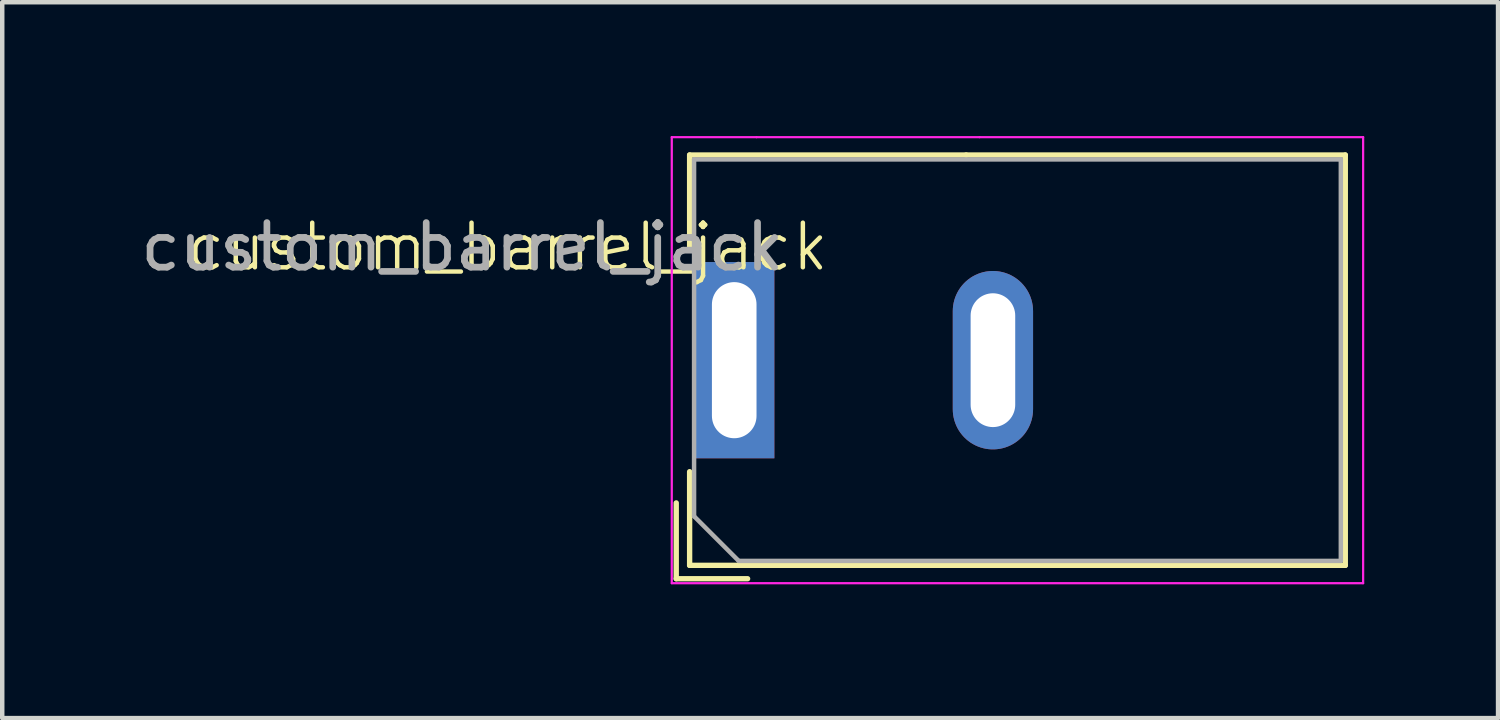
<source format=kicad_pcb>
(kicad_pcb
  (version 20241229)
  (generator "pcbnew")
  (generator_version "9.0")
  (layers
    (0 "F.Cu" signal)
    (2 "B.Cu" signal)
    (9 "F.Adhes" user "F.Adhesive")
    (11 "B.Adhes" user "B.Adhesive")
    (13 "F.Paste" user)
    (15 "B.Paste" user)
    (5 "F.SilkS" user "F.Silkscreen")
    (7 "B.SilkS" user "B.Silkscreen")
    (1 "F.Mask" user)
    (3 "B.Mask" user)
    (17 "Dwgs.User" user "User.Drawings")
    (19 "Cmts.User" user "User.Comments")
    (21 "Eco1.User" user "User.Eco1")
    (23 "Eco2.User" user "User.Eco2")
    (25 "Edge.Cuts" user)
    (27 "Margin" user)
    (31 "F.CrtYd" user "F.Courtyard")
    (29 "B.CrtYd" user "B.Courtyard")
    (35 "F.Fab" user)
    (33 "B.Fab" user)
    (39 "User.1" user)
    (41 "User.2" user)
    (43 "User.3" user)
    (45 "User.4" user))
  (footprint "custom_barrel_jack"
    (layer "F.Cu")
    (at 13.411 5.025)
    (property "Reference" "custom_barrel_jack" (at -5.08 -2.54 0) (unlocked yes) (layer "F.SilkS") (effects (font (size 1 1) (thickness 0.1))))
    (attr through_hole)
    (fp_line (start -1.3 3.2) (end -1.3 4.9) (stroke (width 0.12) (type solid)) (layer "F.SilkS"))
    (fp_line (start -1.3 4.9) (end 0.3 4.9) (stroke (width 0.12) (type solid)) (layer "F.SilkS"))
    (fp_line (start -1 -4.6) (end 5.2 -4.6) (stroke (width 0.12) (type solid)) (layer "F.SilkS"))
    (fp_line (start -1 -2.5) (end -1 -4.6) (stroke (width 0.12) (type solid)) (layer "F.SilkS"))
    (fp_line (start -1 4.6) (end -1 2.5) (stroke (width 0.12) (type solid)) (layer "F.SilkS"))
    (fp_line (start 5.2 -4.6) (end 13.7 -4.6) (stroke (width 0.12) (type solid)) (layer "F.SilkS"))
    (fp_line (start 13.7 -4.6) (end 13.7 4.6) (stroke (width 0.12) (type solid)) (layer "F.SilkS"))
    (fp_line (start 13.7 4.6) (end -1 4.6) (stroke (width 0.12) (type solid)) (layer "F.SilkS"))
    (fp_line (start -1.4 -5) (end -1.4 5) (stroke (width 0.05) (type solid)) (layer "F.CrtYd"))
    (fp_line (start -1.4 5) (end 14.1 5) (stroke (width 0.05) (type solid)) (layer "F.CrtYd"))
    (fp_line (start 0.5 -5) (end -1.4 -5) (stroke (width 0.05) (type solid)) (layer "F.CrtYd"))
    (fp_line (start 0.5 -5) (end 5.5 -5) (stroke (width 0.05) (type solid)) (layer "F.CrtYd"))
    (fp_line (start 14.1 -5) (end 5.5 -5) (stroke (width 0.05) (type solid)) (layer "F.CrtYd"))
    (fp_line (start 14.1 5) (end 14.1 -5) (stroke (width 0.05) (type solid)) (layer "F.CrtYd"))
    (fp_line (start -0.9 -4.5) (end -0.9 3.5) (stroke (width 0.1) (type solid)) (layer "F.Fab"))
    (fp_line (start -0.9 -4.5) (end 13.6 -4.5) (stroke (width 0.1) (type solid)) (layer "F.Fab"))
    (fp_line (start 0.1 4.5) (end -0.9 3.5) (stroke (width 0.1) (type solid)) (layer "F.Fab"))
    (fp_line (start 13.6 -4.5) (end 13.6 4.5) (stroke (width 0.1) (type solid)) (layer "F.Fab"))
    (fp_line (start 13.6 4.5) (end 0.1 4.5) (stroke (width 0.1) (type solid)) (layer "F.Fab"))
    (fp_text user "${REFERENCE}" (at -6.096 -2.54 0) (unlocked yes) (layer "F.Fab") (effects (font (size 1 1) (thickness 0.15))))
    (pad "1" thru_hole rect (at 0 0 90) (size 4.4 1.8) (drill oval 3.5 1) (layers "*.Cu" "*.Mask"))
    (pad "2" thru_hole oval (at 5.8 0 90) (size 4 1.8) (drill oval 3 1) (layers "*.Cu" "*.Mask")))
  (gr_rect
    (start -3 -3)
    (end 30.536 13.05)
    (stroke (width 0.1) (type default))
    (fill no)
    (layer "Edge.Cuts")))
</source>
